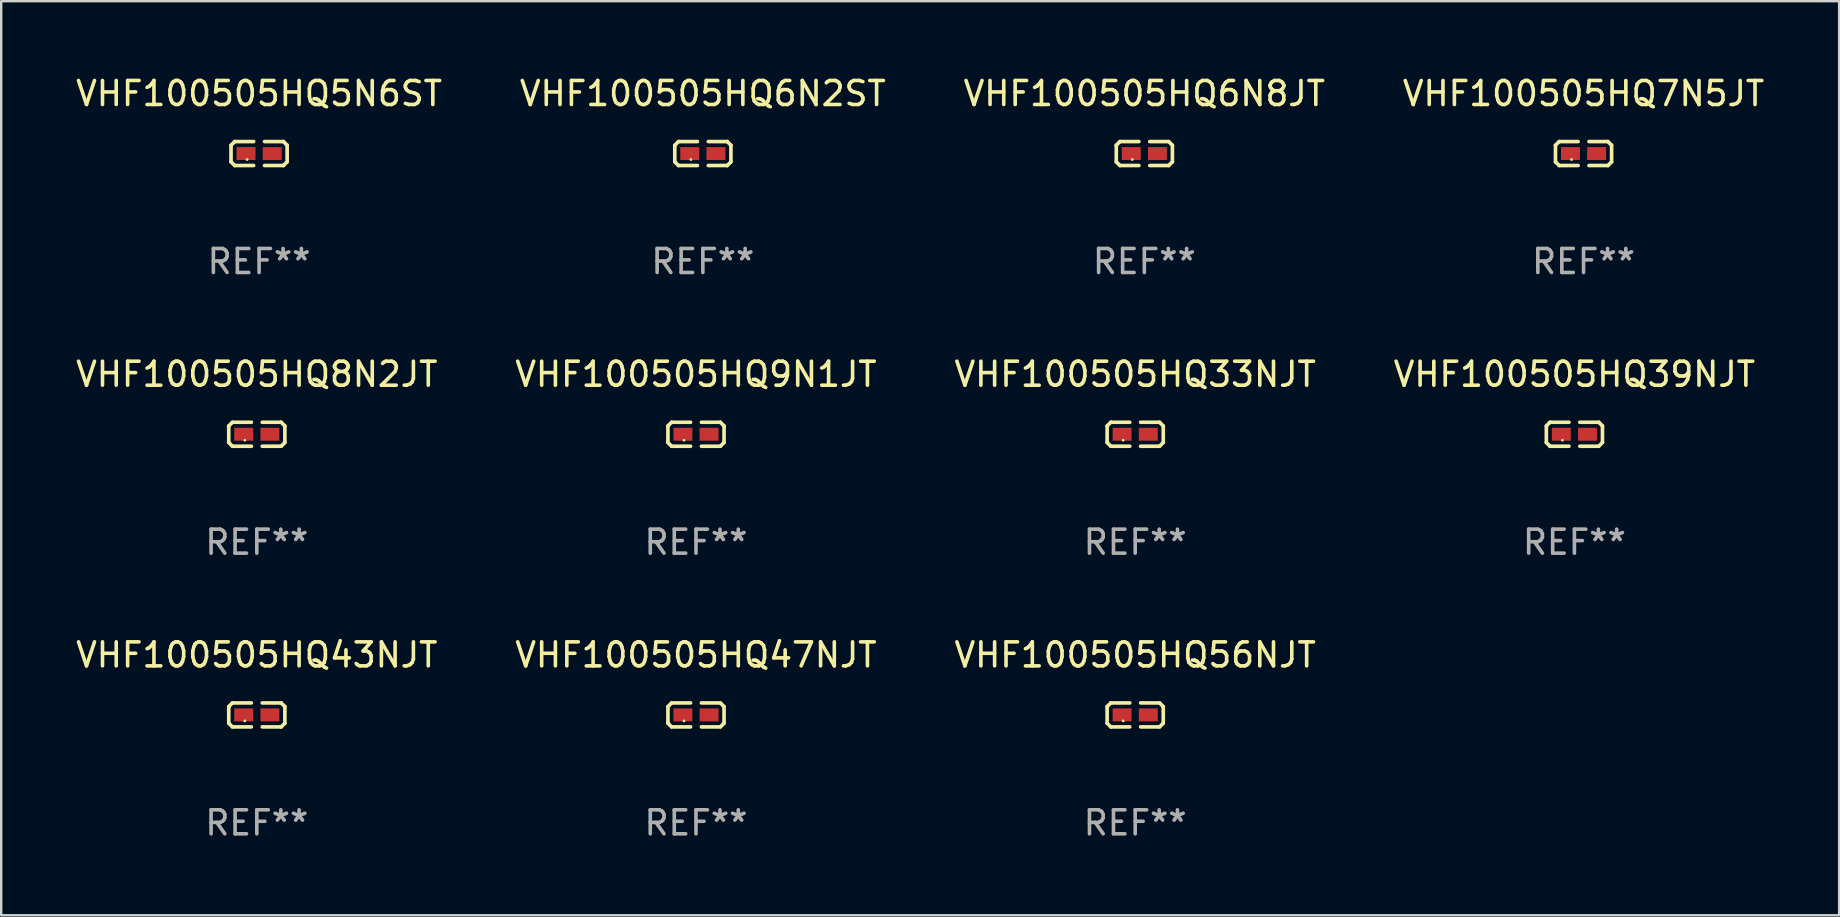
<source format=kicad_pcb>
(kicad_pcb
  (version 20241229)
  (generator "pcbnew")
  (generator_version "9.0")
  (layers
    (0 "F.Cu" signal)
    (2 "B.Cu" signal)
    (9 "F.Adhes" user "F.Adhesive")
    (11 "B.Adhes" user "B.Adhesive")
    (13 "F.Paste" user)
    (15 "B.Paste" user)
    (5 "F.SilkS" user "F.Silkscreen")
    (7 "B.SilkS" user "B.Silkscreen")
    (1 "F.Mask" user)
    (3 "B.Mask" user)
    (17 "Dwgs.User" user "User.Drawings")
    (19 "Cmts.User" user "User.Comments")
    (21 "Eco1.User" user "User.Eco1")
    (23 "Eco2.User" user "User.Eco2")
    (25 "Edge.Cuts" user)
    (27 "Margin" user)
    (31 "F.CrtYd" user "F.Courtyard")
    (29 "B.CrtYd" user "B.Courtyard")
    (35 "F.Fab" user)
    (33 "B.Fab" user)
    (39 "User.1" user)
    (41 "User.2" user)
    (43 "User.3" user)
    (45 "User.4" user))
  (footprint "VHF100505HQ8N2JT"
    (layer "F.Cu")
    (at 7.649 15.041)
    (property "Reference" "VHF100505HQ8N2JT" (at 0 -2.499 0) (layer "F.SilkS") (effects (font (size 1 1) (thickness 0.15))))
    (attr through_hole)
    (fp_line (start -1.169 -0.346) (end -1.016 -0.499) (stroke (width 0.152) (type solid)) (layer "F.SilkS"))
    (fp_line (start -1.169 0.346) (end -1.169 -0.346) (stroke (width 0.152) (type solid)) (layer "F.SilkS"))
    (fp_line (start -1.016 -0.499) (end -0.226 -0.499) (stroke (width 0.152) (type solid)) (layer "F.SilkS"))
    (fp_line (start -1.016 0.499) (end -1.169 0.346) (stroke (width 0.152) (type solid)) (layer "F.SilkS"))
    (fp_line (start -0.226 0.499) (end -1.016 0.499) (stroke (width 0.152) (type solid)) (layer "F.SilkS"))
    (fp_line (start 0.226 0.499) (end 1.016 0.499) (stroke (width 0.152) (type solid)) (layer "F.SilkS"))
    (fp_line (start 1.016 -0.499) (end 0.226 -0.499) (stroke (width 0.152) (type solid)) (layer "F.SilkS"))
    (fp_line (start 1.016 0.499) (end 1.169 0.346) (stroke (width 0.152) (type solid)) (layer "F.SilkS"))
    (fp_line (start 1.169 -0.346) (end 1.016 -0.499) (stroke (width 0.152) (type solid)) (layer "F.SilkS"))
    (fp_line (start 1.169 0.346) (end 1.169 -0.346) (stroke (width 0.152) (type solid)) (layer "F.SilkS"))
    (fp_circle (center -0.5 0.25) (end -0.47 0.25) (stroke (width 0.06) (type solid)) (fill no) (layer "F.SilkS"))
    (fp_text user "REF**" (at 0 4.499 0) (layer "F.Fab") (effects (font (size 1 1) (thickness 0.15))))
    (pad "1" smd rect (at -0.545 0) (size 0.79 0.54) (layers "F.Cu" "F.Mask" "F.Paste"))
    (pad "2" smd rect (at 0.545 0) (size 0.79 0.54) (layers "F.Cu" "F.Mask" "F.Paste")))
  (footprint "VHF100505HQ7N5JT"
    (layer "F.Cu")
    (at 62.923 3.347)
    (property "Reference" "VHF100505HQ7N5JT" (at 0 -2.499 0) (layer "F.SilkS") (effects (font (size 1 1) (thickness 0.15))))
    (attr through_hole)
    (fp_line (start -1.169 -0.346) (end -1.016 -0.499) (stroke (width 0.152) (type solid)) (layer "F.SilkS"))
    (fp_line (start -1.169 0.346) (end -1.169 -0.346) (stroke (width 0.152) (type solid)) (layer "F.SilkS"))
    (fp_line (start -1.016 -0.499) (end -0.226 -0.499) (stroke (width 0.152) (type solid)) (layer "F.SilkS"))
    (fp_line (start -1.016 0.499) (end -1.169 0.346) (stroke (width 0.152) (type solid)) (layer "F.SilkS"))
    (fp_line (start -0.226 0.499) (end -1.016 0.499) (stroke (width 0.152) (type solid)) (layer "F.SilkS"))
    (fp_line (start 0.226 0.499) (end 1.016 0.499) (stroke (width 0.152) (type solid)) (layer "F.SilkS"))
    (fp_line (start 1.016 -0.499) (end 0.226 -0.499) (stroke (width 0.152) (type solid)) (layer "F.SilkS"))
    (fp_line (start 1.016 0.499) (end 1.169 0.346) (stroke (width 0.152) (type solid)) (layer "F.SilkS"))
    (fp_line (start 1.169 -0.346) (end 1.016 -0.499) (stroke (width 0.152) (type solid)) (layer "F.SilkS"))
    (fp_line (start 1.169 0.346) (end 1.169 -0.346) (stroke (width 0.152) (type solid)) (layer "F.SilkS"))
    (fp_circle (center -0.5 0.25) (end -0.47 0.25) (stroke (width 0.06) (type solid)) (fill no) (layer "F.SilkS"))
    (fp_text user "REF**" (at 0 4.499 0) (layer "F.Fab") (effects (font (size 1 1) (thickness 0.15))))
    (pad "1" smd rect (at -0.545 0) (size 0.79 0.54) (layers "F.Cu" "F.Mask" "F.Paste"))
    (pad "2" smd rect (at 0.545 0) (size 0.79 0.54) (layers "F.Cu" "F.Mask" "F.Paste")))
  (footprint "VHF100505HQ43NJT"
    (layer "F.Cu")
    (at 7.649 26.734)
    (property "Reference" "VHF100505HQ43NJT" (at 0 -2.499 0) (layer "F.SilkS") (effects (font (size 1 1) (thickness 0.15))))
    (attr through_hole)
    (fp_line (start -1.169 -0.346) (end -1.016 -0.499) (stroke (width 0.152) (type solid)) (layer "F.SilkS"))
    (fp_line (start -1.169 0.346) (end -1.169 -0.346) (stroke (width 0.152) (type solid)) (layer "F.SilkS"))
    (fp_line (start -1.016 -0.499) (end -0.226 -0.499) (stroke (width 0.152) (type solid)) (layer "F.SilkS"))
    (fp_line (start -1.016 0.499) (end -1.169 0.346) (stroke (width 0.152) (type solid)) (layer "F.SilkS"))
    (fp_line (start -0.226 0.499) (end -1.016 0.499) (stroke (width 0.152) (type solid)) (layer "F.SilkS"))
    (fp_line (start 0.226 0.499) (end 1.016 0.499) (stroke (width 0.152) (type solid)) (layer "F.SilkS"))
    (fp_line (start 1.016 -0.499) (end 0.226 -0.499) (stroke (width 0.152) (type solid)) (layer "F.SilkS"))
    (fp_line (start 1.016 0.499) (end 1.169 0.346) (stroke (width 0.152) (type solid)) (layer "F.SilkS"))
    (fp_line (start 1.169 -0.346) (end 1.016 -0.499) (stroke (width 0.152) (type solid)) (layer "F.SilkS"))
    (fp_line (start 1.169 0.346) (end 1.169 -0.346) (stroke (width 0.152) (type solid)) (layer "F.SilkS"))
    (fp_circle (center -0.5 0.25) (end -0.47 0.25) (stroke (width 0.06) (type solid)) (fill no) (layer "F.SilkS"))
    (fp_text user "REF**" (at 0 4.499 0) (layer "F.Fab") (effects (font (size 1 1) (thickness 0.15))))
    (pad "1" smd rect (at -0.545 0) (size 0.79 0.54) (layers "F.Cu" "F.Mask" "F.Paste"))
    (pad "2" smd rect (at 0.545 0) (size 0.79 0.54) (layers "F.Cu" "F.Mask" "F.Paste")))
  (footprint "VHF100505HQ39NJT"
    (layer "F.Cu")
    (at 62.542 15.041)
    (property "Reference" "VHF100505HQ39NJT" (at 0 -2.499 0) (layer "F.SilkS") (effects (font (size 1 1) (thickness 0.15))))
    (attr through_hole)
    (fp_line (start -1.169 -0.346) (end -1.016 -0.499) (stroke (width 0.152) (type solid)) (layer "F.SilkS"))
    (fp_line (start -1.169 0.346) (end -1.169 -0.346) (stroke (width 0.152) (type solid)) (layer "F.SilkS"))
    (fp_line (start -1.016 -0.499) (end -0.226 -0.499) (stroke (width 0.152) (type solid)) (layer "F.SilkS"))
    (fp_line (start -1.016 0.499) (end -1.169 0.346) (stroke (width 0.152) (type solid)) (layer "F.SilkS"))
    (fp_line (start -0.226 0.499) (end -1.016 0.499) (stroke (width 0.152) (type solid)) (layer "F.SilkS"))
    (fp_line (start 0.226 0.499) (end 1.016 0.499) (stroke (width 0.152) (type solid)) (layer "F.SilkS"))
    (fp_line (start 1.016 -0.499) (end 0.226 -0.499) (stroke (width 0.152) (type solid)) (layer "F.SilkS"))
    (fp_line (start 1.016 0.499) (end 1.169 0.346) (stroke (width 0.152) (type solid)) (layer "F.SilkS"))
    (fp_line (start 1.169 -0.346) (end 1.016 -0.499) (stroke (width 0.152) (type solid)) (layer "F.SilkS"))
    (fp_line (start 1.169 0.346) (end 1.169 -0.346) (stroke (width 0.152) (type solid)) (layer "F.SilkS"))
    (fp_circle (center -0.5 0.25) (end -0.47 0.25) (stroke (width 0.06) (type solid)) (fill no) (layer "F.SilkS"))
    (fp_text user "REF**" (at 0 4.499 0) (layer "F.Fab") (effects (font (size 1 1) (thickness 0.15))))
    (pad "1" smd rect (at -0.545 0) (size 0.79 0.54) (layers "F.Cu" "F.Mask" "F.Paste"))
    (pad "2" smd rect (at 0.545 0) (size 0.79 0.54) (layers "F.Cu" "F.Mask" "F.Paste")))
  (footprint "VHF100505HQ47NJT"
    (layer "F.Cu")
    (at 25.946 26.734)
    (property "Reference" "VHF100505HQ47NJT" (at 0 -2.499 0) (layer "F.SilkS") (effects (font (size 1 1) (thickness 0.15))))
    (attr through_hole)
    (fp_line (start -1.169 -0.346) (end -1.016 -0.499) (stroke (width 0.152) (type solid)) (layer "F.SilkS"))
    (fp_line (start -1.169 0.346) (end -1.169 -0.346) (stroke (width 0.152) (type solid)) (layer "F.SilkS"))
    (fp_line (start -1.016 -0.499) (end -0.226 -0.499) (stroke (width 0.152) (type solid)) (layer "F.SilkS"))
    (fp_line (start -1.016 0.499) (end -1.169 0.346) (stroke (width 0.152) (type solid)) (layer "F.SilkS"))
    (fp_line (start -0.226 0.499) (end -1.016 0.499) (stroke (width 0.152) (type solid)) (layer "F.SilkS"))
    (fp_line (start 0.226 0.499) (end 1.016 0.499) (stroke (width 0.152) (type solid)) (layer "F.SilkS"))
    (fp_line (start 1.016 -0.499) (end 0.226 -0.499) (stroke (width 0.152) (type solid)) (layer "F.SilkS"))
    (fp_line (start 1.016 0.499) (end 1.169 0.346) (stroke (width 0.152) (type solid)) (layer "F.SilkS"))
    (fp_line (start 1.169 -0.346) (end 1.016 -0.499) (stroke (width 0.152) (type solid)) (layer "F.SilkS"))
    (fp_line (start 1.169 0.346) (end 1.169 -0.346) (stroke (width 0.152) (type solid)) (layer "F.SilkS"))
    (fp_circle (center -0.5 0.25) (end -0.47 0.25) (stroke (width 0.06) (type solid)) (fill no) (layer "F.SilkS"))
    (fp_text user "REF**" (at 0 4.499 0) (layer "F.Fab") (effects (font (size 1 1) (thickness 0.15))))
    (pad "1" smd rect (at -0.545 0) (size 0.79 0.54) (layers "F.Cu" "F.Mask" "F.Paste"))
    (pad "2" smd rect (at 0.545 0) (size 0.79 0.54) (layers "F.Cu" "F.Mask" "F.Paste")))
  (footprint "VHF100505HQ56NJT"
    (layer "F.Cu")
    (at 44.244 26.734)
    (property "Reference" "VHF100505HQ56NJT" (at 0 -2.499 0) (layer "F.SilkS") (effects (font (size 1 1) (thickness 0.15))))
    (attr through_hole)
    (fp_line (start -1.169 -0.346) (end -1.016 -0.499) (stroke (width 0.152) (type solid)) (layer "F.SilkS"))
    (fp_line (start -1.169 0.346) (end -1.169 -0.346) (stroke (width 0.152) (type solid)) (layer "F.SilkS"))
    (fp_line (start -1.016 -0.499) (end -0.226 -0.499) (stroke (width 0.152) (type solid)) (layer "F.SilkS"))
    (fp_line (start -1.016 0.499) (end -1.169 0.346) (stroke (width 0.152) (type solid)) (layer "F.SilkS"))
    (fp_line (start -0.226 0.499) (end -1.016 0.499) (stroke (width 0.152) (type solid)) (layer "F.SilkS"))
    (fp_line (start 0.226 0.499) (end 1.016 0.499) (stroke (width 0.152) (type solid)) (layer "F.SilkS"))
    (fp_line (start 1.016 -0.499) (end 0.226 -0.499) (stroke (width 0.152) (type solid)) (layer "F.SilkS"))
    (fp_line (start 1.016 0.499) (end 1.169 0.346) (stroke (width 0.152) (type solid)) (layer "F.SilkS"))
    (fp_line (start 1.169 -0.346) (end 1.016 -0.499) (stroke (width 0.152) (type solid)) (layer "F.SilkS"))
    (fp_line (start 1.169 0.346) (end 1.169 -0.346) (stroke (width 0.152) (type solid)) (layer "F.SilkS"))
    (fp_circle (center -0.5 0.25) (end -0.47 0.25) (stroke (width 0.06) (type solid)) (fill no) (layer "F.SilkS"))
    (fp_text user "REF**" (at 0 4.499 0) (layer "F.Fab") (effects (font (size 1 1) (thickness 0.15))))
    (pad "1" smd rect (at -0.545 0) (size 0.79 0.54) (layers "F.Cu" "F.Mask" "F.Paste"))
    (pad "2" smd rect (at 0.545 0) (size 0.79 0.54) (layers "F.Cu" "F.Mask" "F.Paste")))
  (footprint "VHF100505HQ6N8JT"
    (layer "F.Cu")
    (at 44.625 3.347)
    (property "Reference" "VHF100505HQ6N8JT" (at 0 -2.499 0) (layer "F.SilkS") (effects (font (size 1 1) (thickness 0.15))))
    (attr through_hole)
    (fp_line (start -1.169 -0.346) (end -1.016 -0.499) (stroke (width 0.152) (type solid)) (layer "F.SilkS"))
    (fp_line (start -1.169 0.346) (end -1.169 -0.346) (stroke (width 0.152) (type solid)) (layer "F.SilkS"))
    (fp_line (start -1.016 -0.499) (end -0.226 -0.499) (stroke (width 0.152) (type solid)) (layer "F.SilkS"))
    (fp_line (start -1.016 0.499) (end -1.169 0.346) (stroke (width 0.152) (type solid)) (layer "F.SilkS"))
    (fp_line (start -0.226 0.499) (end -1.016 0.499) (stroke (width 0.152) (type solid)) (layer "F.SilkS"))
    (fp_line (start 0.226 0.499) (end 1.016 0.499) (stroke (width 0.152) (type solid)) (layer "F.SilkS"))
    (fp_line (start 1.016 -0.499) (end 0.226 -0.499) (stroke (width 0.152) (type solid)) (layer "F.SilkS"))
    (fp_line (start 1.016 0.499) (end 1.169 0.346) (stroke (width 0.152) (type solid)) (layer "F.SilkS"))
    (fp_line (start 1.169 -0.346) (end 1.016 -0.499) (stroke (width 0.152) (type solid)) (layer "F.SilkS"))
    (fp_line (start 1.169 0.346) (end 1.169 -0.346) (stroke (width 0.152) (type solid)) (layer "F.SilkS"))
    (fp_circle (center -0.5 0.25) (end -0.47 0.25) (stroke (width 0.06) (type solid)) (fill no) (layer "F.SilkS"))
    (fp_text user "REF**" (at 0 4.499 0) (layer "F.Fab") (effects (font (size 1 1) (thickness 0.15))))
    (pad "1" smd rect (at -0.545 0) (size 0.79 0.54) (layers "F.Cu" "F.Mask" "F.Paste"))
    (pad "2" smd rect (at 0.545 0) (size 0.79 0.54) (layers "F.Cu" "F.Mask" "F.Paste")))
  (footprint "VHF100505HQ5N6ST"
    (layer "F.Cu")
    (at 7.744 3.347)
    (property "Reference" "VHF100505HQ5N6ST" (at 0 -2.499 0) (layer "F.SilkS") (effects (font (size 1 1) (thickness 0.15))))
    (attr through_hole)
    (fp_line (start -1.169 -0.346) (end -1.016 -0.499) (stroke (width 0.152) (type solid)) (layer "F.SilkS"))
    (fp_line (start -1.169 0.346) (end -1.169 -0.346) (stroke (width 0.152) (type solid)) (layer "F.SilkS"))
    (fp_line (start -1.016 -0.499) (end -0.226 -0.499) (stroke (width 0.152) (type solid)) (layer "F.SilkS"))
    (fp_line (start -1.016 0.499) (end -1.169 0.346) (stroke (width 0.152) (type solid)) (layer "F.SilkS"))
    (fp_line (start -0.226 0.499) (end -1.016 0.499) (stroke (width 0.152) (type solid)) (layer "F.SilkS"))
    (fp_line (start 0.226 0.499) (end 1.016 0.499) (stroke (width 0.152) (type solid)) (layer "F.SilkS"))
    (fp_line (start 1.016 -0.499) (end 0.226 -0.499) (stroke (width 0.152) (type solid)) (layer "F.SilkS"))
    (fp_line (start 1.016 0.499) (end 1.169 0.346) (stroke (width 0.152) (type solid)) (layer "F.SilkS"))
    (fp_line (start 1.169 -0.346) (end 1.016 -0.499) (stroke (width 0.152) (type solid)) (layer "F.SilkS"))
    (fp_line (start 1.169 0.346) (end 1.169 -0.346) (stroke (width 0.152) (type solid)) (layer "F.SilkS"))
    (fp_circle (center -0.5 0.25) (end -0.47 0.25) (stroke (width 0.06) (type solid)) (fill no) (layer "F.SilkS"))
    (fp_text user "REF**" (at 0 4.499 0) (layer "F.Fab") (effects (font (size 1 1) (thickness 0.15))))
    (pad "1" smd rect (at -0.545 0) (size 0.79 0.54) (layers "F.Cu" "F.Mask" "F.Paste"))
    (pad "2" smd rect (at 0.545 0) (size 0.79 0.54) (layers "F.Cu" "F.Mask" "F.Paste")))
  (footprint "VHF100505HQ9N1JT"
    (layer "F.Cu")
    (at 25.946 15.041)
    (property "Reference" "VHF100505HQ9N1JT" (at 0 -2.499 0) (layer "F.SilkS") (effects (font (size 1 1) (thickness 0.15))))
    (attr through_hole)
    (fp_line (start -1.169 -0.346) (end -1.016 -0.499) (stroke (width 0.152) (type solid)) (layer "F.SilkS"))
    (fp_line (start -1.169 0.346) (end -1.169 -0.346) (stroke (width 0.152) (type solid)) (layer "F.SilkS"))
    (fp_line (start -1.016 -0.499) (end -0.226 -0.499) (stroke (width 0.152) (type solid)) (layer "F.SilkS"))
    (fp_line (start -1.016 0.499) (end -1.169 0.346) (stroke (width 0.152) (type solid)) (layer "F.SilkS"))
    (fp_line (start -0.226 0.499) (end -1.016 0.499) (stroke (width 0.152) (type solid)) (layer "F.SilkS"))
    (fp_line (start 0.226 0.499) (end 1.016 0.499) (stroke (width 0.152) (type solid)) (layer "F.SilkS"))
    (fp_line (start 1.016 -0.499) (end 0.226 -0.499) (stroke (width 0.152) (type solid)) (layer "F.SilkS"))
    (fp_line (start 1.016 0.499) (end 1.169 0.346) (stroke (width 0.152) (type solid)) (layer "F.SilkS"))
    (fp_line (start 1.169 -0.346) (end 1.016 -0.499) (stroke (width 0.152) (type solid)) (layer "F.SilkS"))
    (fp_line (start 1.169 0.346) (end 1.169 -0.346) (stroke (width 0.152) (type solid)) (layer "F.SilkS"))
    (fp_circle (center -0.5 0.25) (end -0.47 0.25) (stroke (width 0.06) (type solid)) (fill no) (layer "F.SilkS"))
    (fp_text user "REF**" (at 0 4.499 0) (layer "F.Fab") (effects (font (size 1 1) (thickness 0.15))))
    (pad "1" smd rect (at -0.545 0) (size 0.79 0.54) (layers "F.Cu" "F.Mask" "F.Paste"))
    (pad "2" smd rect (at 0.545 0) (size 0.79 0.54) (layers "F.Cu" "F.Mask" "F.Paste")))
  (footprint "VHF100505HQ6N2ST"
    (layer "F.Cu")
    (at 26.232 3.347)
    (property "Reference" "VHF100505HQ6N2ST" (at 0 -2.499 0) (layer "F.SilkS") (effects (font (size 1 1) (thickness 0.15))))
    (attr through_hole)
    (fp_line (start -1.169 -0.346) (end -1.016 -0.499) (stroke (width 0.152) (type solid)) (layer "F.SilkS"))
    (fp_line (start -1.169 0.346) (end -1.169 -0.346) (stroke (width 0.152) (type solid)) (layer "F.SilkS"))
    (fp_line (start -1.016 -0.499) (end -0.226 -0.499) (stroke (width 0.152) (type solid)) (layer "F.SilkS"))
    (fp_line (start -1.016 0.499) (end -1.169 0.346) (stroke (width 0.152) (type solid)) (layer "F.SilkS"))
    (fp_line (start -0.226 0.499) (end -1.016 0.499) (stroke (width 0.152) (type solid)) (layer "F.SilkS"))
    (fp_line (start 0.226 0.499) (end 1.016 0.499) (stroke (width 0.152) (type solid)) (layer "F.SilkS"))
    (fp_line (start 1.016 -0.499) (end 0.226 -0.499) (stroke (width 0.152) (type solid)) (layer "F.SilkS"))
    (fp_line (start 1.016 0.499) (end 1.169 0.346) (stroke (width 0.152) (type solid)) (layer "F.SilkS"))
    (fp_line (start 1.169 -0.346) (end 1.016 -0.499) (stroke (width 0.152) (type solid)) (layer "F.SilkS"))
    (fp_line (start 1.169 0.346) (end 1.169 -0.346) (stroke (width 0.152) (type solid)) (layer "F.SilkS"))
    (fp_circle (center -0.5 0.25) (end -0.47 0.25) (stroke (width 0.06) (type solid)) (fill no) (layer "F.SilkS"))
    (fp_text user "REF**" (at 0 4.499 0) (layer "F.Fab") (effects (font (size 1 1) (thickness 0.15))))
    (pad "1" smd rect (at -0.545 0) (size 0.79 0.54) (layers "F.Cu" "F.Mask" "F.Paste"))
    (pad "2" smd rect (at 0.545 0) (size 0.79 0.54) (layers "F.Cu" "F.Mask" "F.Paste")))
  (footprint "VHF100505HQ33NJT"
    (layer "F.Cu")
    (at 44.244 15.041)
    (property "Reference" "VHF100505HQ33NJT" (at 0 -2.499 0) (layer "F.SilkS") (effects (font (size 1 1) (thickness 0.15))))
    (attr through_hole)
    (fp_line (start -1.169 -0.346) (end -1.016 -0.499) (stroke (width 0.152) (type solid)) (layer "F.SilkS"))
    (fp_line (start -1.169 0.346) (end -1.169 -0.346) (stroke (width 0.152) (type solid)) (layer "F.SilkS"))
    (fp_line (start -1.016 -0.499) (end -0.226 -0.499) (stroke (width 0.152) (type solid)) (layer "F.SilkS"))
    (fp_line (start -1.016 0.499) (end -1.169 0.346) (stroke (width 0.152) (type solid)) (layer "F.SilkS"))
    (fp_line (start -0.226 0.499) (end -1.016 0.499) (stroke (width 0.152) (type solid)) (layer "F.SilkS"))
    (fp_line (start 0.226 0.499) (end 1.016 0.499) (stroke (width 0.152) (type solid)) (layer "F.SilkS"))
    (fp_line (start 1.016 -0.499) (end 0.226 -0.499) (stroke (width 0.152) (type solid)) (layer "F.SilkS"))
    (fp_line (start 1.016 0.499) (end 1.169 0.346) (stroke (width 0.152) (type solid)) (layer "F.SilkS"))
    (fp_line (start 1.169 -0.346) (end 1.016 -0.499) (stroke (width 0.152) (type solid)) (layer "F.SilkS"))
    (fp_line (start 1.169 0.346) (end 1.169 -0.346) (stroke (width 0.152) (type solid)) (layer "F.SilkS"))
    (fp_circle (center -0.5 0.25) (end -0.47 0.25) (stroke (width 0.06) (type solid)) (fill no) (layer "F.SilkS"))
    (fp_text user "REF**" (at 0 4.499 0) (layer "F.Fab") (effects (font (size 1 1) (thickness 0.15))))
    (pad "1" smd rect (at -0.545 0) (size 0.79 0.54) (layers "F.Cu" "F.Mask" "F.Paste"))
    (pad "2" smd rect (at 0.545 0) (size 0.79 0.54) (layers "F.Cu" "F.Mask" "F.Paste")))
  (gr_rect
    (start -3 -3)
    (end 73.571 35.081)
    (stroke (width 0.1) (type default))
    (fill no)
    (layer "Edge.Cuts")))
</source>
